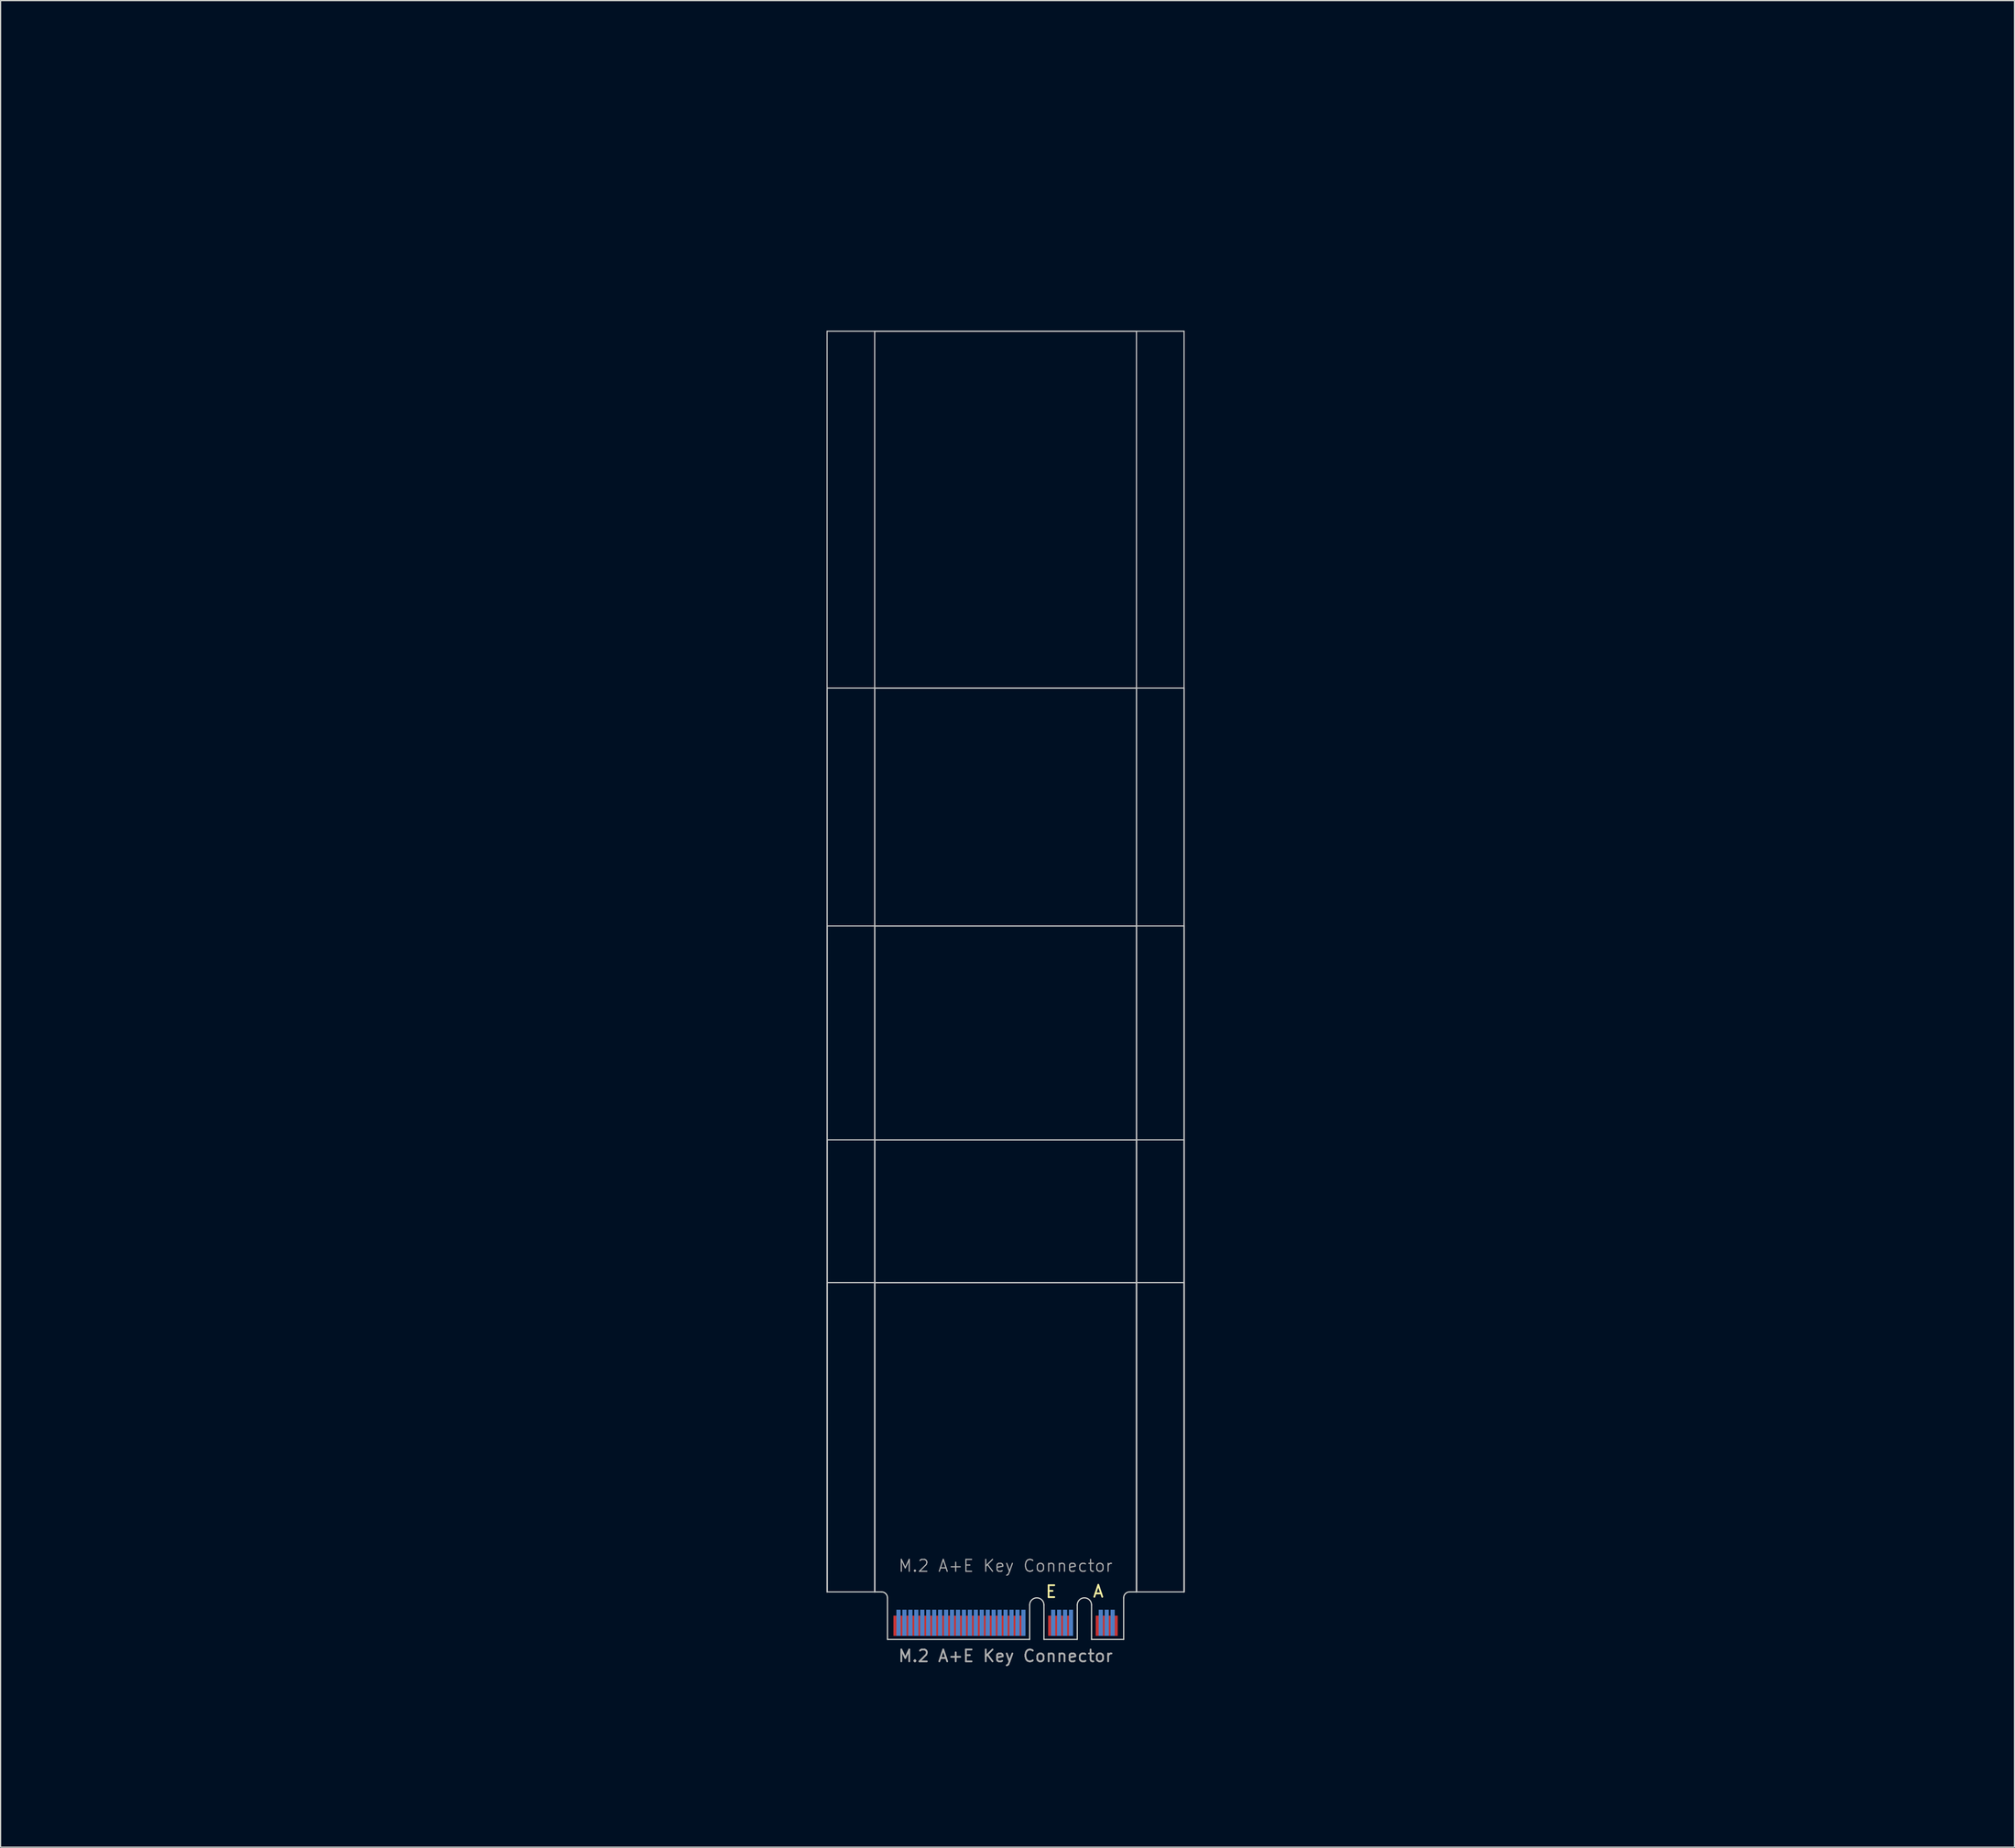
<source format=kicad_pcb>
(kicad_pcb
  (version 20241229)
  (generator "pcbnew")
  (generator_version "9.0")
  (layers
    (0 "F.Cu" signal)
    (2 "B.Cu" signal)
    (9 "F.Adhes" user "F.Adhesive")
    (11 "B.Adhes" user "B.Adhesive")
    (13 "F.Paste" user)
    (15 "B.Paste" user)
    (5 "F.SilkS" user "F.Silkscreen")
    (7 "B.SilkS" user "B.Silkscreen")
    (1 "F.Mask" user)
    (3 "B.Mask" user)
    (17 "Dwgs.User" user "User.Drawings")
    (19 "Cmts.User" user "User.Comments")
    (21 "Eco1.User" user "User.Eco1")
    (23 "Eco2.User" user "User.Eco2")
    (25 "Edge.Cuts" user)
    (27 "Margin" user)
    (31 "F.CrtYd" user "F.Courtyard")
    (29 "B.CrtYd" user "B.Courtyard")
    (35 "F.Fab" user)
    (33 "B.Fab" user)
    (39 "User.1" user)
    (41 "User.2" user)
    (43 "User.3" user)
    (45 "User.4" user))
  (footprint "M.2 A+E Key Connector"
    (layer "F.Cu")
    (at 81.459 133.687)
    (property "Reference" "M.2 A+E Key Connector" (at 0 -5.08 0) (unlocked yes) (layer "F.Fab") (effects (font (size 1 1) (thickness 0.1))))
    (attr exclude_from_pos_files exclude_from_bom)
    (fp_rect (start -9.925 -0.94) (end 9.925 1.11) (stroke (width 0) (type default)) (fill yes) (layer "F.Mask"))
    (fp_rect (start -9.925 -1.44) (end 9.925 1.11) (stroke (width 0) (type default)) (fill yes) (layer "B.Mask"))
    (fp_line (start -15 -108.89) (end 15 -108.89) (stroke (width 0.1) (type default)) (layer "Dwgs.User"))
    (fp_line (start -15 -78.89) (end 15 -78.89) (stroke (width 0.1) (type default)) (layer "Dwgs.User"))
    (fp_line (start -15 -58.89) (end 15 -58.89) (stroke (width 0.1) (type default)) (layer "Dwgs.User"))
    (fp_line (start -15 -40.89) (end 15 -40.89) (stroke (width 0.1) (type default)) (layer "Dwgs.User"))
    (fp_line (start -15 -28.89) (end 15 -28.89) (stroke (width 0.1) (type default)) (layer "Dwgs.User"))
    (fp_line (start -15 -2.89) (end -15 -108.89) (stroke (width 0.1) (type default)) (layer "Dwgs.User"))
    (fp_line (start -15 -2.89) (end -15 -78.89) (stroke (width 0.1) (type default)) (layer "Dwgs.User"))
    (fp_line (start -15 -2.89) (end -15 -58.89) (stroke (width 0.1) (type default)) (layer "Dwgs.User"))
    (fp_line (start -15 -2.89) (end -15 -40.89) (stroke (width 0.1) (type default)) (layer "Dwgs.User"))
    (fp_line (start -15 -2.89) (end -15 -28.89) (stroke (width 0.1) (type default)) (layer "Dwgs.User"))
    (fp_line (start -11 -108.89) (end 11 -108.89) (stroke (width 0.1) (type default)) (layer "Dwgs.User"))
    (fp_line (start -11 -78.89) (end 11 -78.89) (stroke (width 0.1) (type default)) (layer "Dwgs.User"))
    (fp_line (start -11 -58.89) (end 11 -58.89) (stroke (width 0.1) (type default)) (layer "Dwgs.User"))
    (fp_line (start -11 -40.89) (end 11 -40.89) (stroke (width 0.1) (type default)) (layer "Dwgs.User"))
    (fp_line (start -11 -28.89) (end 11 -28.89) (stroke (width 0.1) (type default)) (layer "Dwgs.User"))
    (fp_line (start -11 -2.89) (end -15 -2.89) (stroke (width 0.1) (type default)) (layer "Dwgs.User"))
    (fp_line (start -11 -2.89) (end -11 -108.89) (stroke (width 0.1) (type default)) (layer "Dwgs.User"))
    (fp_line (start -11 -2.89) (end -11 -78.89) (stroke (width 0.1) (type default)) (layer "Dwgs.User"))
    (fp_line (start -11 -2.89) (end -11 -58.89) (stroke (width 0.1) (type default)) (layer "Dwgs.User"))
    (fp_line (start -11 -2.89) (end -11 -40.89) (stroke (width 0.1) (type default)) (layer "Dwgs.User"))
    (fp_line (start -11 -2.89) (end -11 -28.89) (stroke (width 0.1) (type default)) (layer "Dwgs.User"))
    (fp_line (start 11 -108.89) (end 11 -2.89) (stroke (width 0.1) (type default)) (layer "Dwgs.User"))
    (fp_line (start 11 -78.89) (end 11 -2.89) (stroke (width 0.1) (type default)) (layer "Dwgs.User"))
    (fp_line (start 11 -58.89) (end 11 -2.89) (stroke (width 0.1) (type default)) (layer "Dwgs.User"))
    (fp_line (start 11 -40.89) (end 11 -2.89) (stroke (width 0.1) (type default)) (layer "Dwgs.User"))
    (fp_line (start 11 -28.89) (end 11 -2.89) (stroke (width 0.1) (type default)) (layer "Dwgs.User"))
    (fp_line (start 11 -2.89) (end 15 -2.89) (stroke (width 0.1) (type default)) (layer "Dwgs.User"))
    (fp_line (start 15 -108.89) (end 15 -2.89) (stroke (width 0.1) (type default)) (layer "Dwgs.User"))
    (fp_line (start 15 -78.89) (end 15 -2.89) (stroke (width 0.1) (type default)) (layer "Dwgs.User"))
    (fp_line (start 15 -40.89) (end 15 -2.89) (stroke (width 0.1) (type default)) (layer "Dwgs.User"))
    (fp_line (start 15 -28.89) (end 15 -2.89) (stroke (width 0.1) (type default)) (layer "Dwgs.User"))
    (fp_line (start 15 -2.89) (end 15 -58.89) (stroke (width 0.1) (type default)) (layer "Dwgs.User"))
    (fp_line (start -11 -2.89) (end -10.425 -2.89) (stroke (width 0.1) (type default)) (layer "Edge.Cuts"))
    (fp_line (start -9.925 -2.39) (end -9.925 1.11) (stroke (width 0.1) (type default)) (layer "Edge.Cuts"))
    (fp_line (start 2.025 -1.79) (end 2.025 1.11) (stroke (width 0.1) (type default)) (layer "Edge.Cuts"))
    (fp_line (start 2.025 1.11) (end -9.925 1.11) (stroke (width 0.1) (type default)) (layer "Edge.Cuts"))
    (fp_line (start 3.225 -1.79) (end 3.225 1.11) (stroke (width 0.1) (type default)) (layer "Edge.Cuts"))
    (fp_line (start 3.225 1.11) (end 6.025 1.11) (stroke (width 0.1) (type default)) (layer "Edge.Cuts"))
    (fp_line (start 6.025 -1.79) (end 6.025 1.11) (stroke (width 0.1) (type default)) (layer "Edge.Cuts"))
    (fp_line (start 7.225 -1.79) (end 7.225 1.11) (stroke (width 0.1) (type default)) (layer "Edge.Cuts"))
    (fp_line (start 7.225 1.11) (end 9.925 1.11) (stroke (width 0.1) (type default)) (layer "Edge.Cuts"))
    (fp_line (start 9.925 -2.39) (end 9.925 1.11) (stroke (width 0.1) (type default)) (layer "Edge.Cuts"))
    (fp_line (start 10.425 -2.89) (end 11 -2.89) (stroke (width 0.1) (type default)) (layer "Edge.Cuts"))
    (fp_arc (start -10.425 -2.89) (mid -10.071447 -2.743553) (end -9.925 -2.39) (stroke (width 0.1) (type default)) (layer "Edge.Cuts"))
    (fp_arc (start 2.025 -1.79) (mid 2.625 -2.39) (end 3.225 -1.79) (stroke (width 0.1) (type default)) (layer "Edge.Cuts"))
    (fp_arc (start 6.025 -1.79) (mid 6.625 -2.39) (end 7.225 -1.79) (stroke (width 0.1) (type default)) (layer "Edge.Cuts"))
    (fp_arc (start 9.925 -2.39) (mid 10.071447 -2.743553) (end 10.425 -2.89) (stroke (width 0.1) (type default)) (layer "Edge.Cuts"))
    (fp_line (start -0.71 -109.6) (end 0.71 -108.18) (stroke (width 0.15) (type default)) (layer "User.3"))
    (fp_line (start -0.71 -79.6) (end 0.71 -78.18) (stroke (width 0.15) (type default)) (layer "User.3"))
    (fp_line (start -0.71 -59.6) (end 0.71 -58.18) (stroke (width 0.15) (type default)) (layer "User.3"))
    (fp_line (start -0.71 -41.6) (end 0.71 -40.18) (stroke (width 0.15) (type default)) (layer "User.3"))
    (fp_line (start -0.71 -29.6) (end 0.71 -28.18) (stroke (width 0.15) (type default)) (layer "User.3"))
    (fp_line (start 0.71 -109.6) (end -0.71 -108.18) (stroke (width 0.15) (type default)) (layer "User.3"))
    (fp_line (start 0.71 -79.6) (end -0.71 -78.18) (stroke (width 0.15) (type default)) (layer "User.3"))
    (fp_line (start 0.71 -59.6) (end -0.71 -58.18) (stroke (width 0.15) (type default)) (layer "User.3"))
    (fp_line (start 0.71 -41.6) (end -0.71 -40.18) (stroke (width 0.15) (type default)) (layer "User.3"))
    (fp_line (start 0.71 -29.6) (end -0.71 -28.18) (stroke (width 0.15) (type default)) (layer "User.3"))
    (fp_rect (start -15 -108.89) (end 15 -105.09) (stroke (width 0.1) (type default)) (fill no) (layer "User.4"))
    (fp_rect (start -15 -78.89) (end 15 -75.09) (stroke (width 0.1) (type default)) (fill no) (layer "User.4"))
    (fp_rect (start -15 -58.89) (end 15 -55.09) (stroke (width 0.1) (type default)) (fill no) (layer "User.4"))
    (fp_rect (start -15 -40.89) (end 15 -37.09) (stroke (width 0.1) (type default)) (fill no) (layer "User.4"))
    (fp_rect (start -15 -28.89) (end 15 -25.09) (stroke (width 0.1) (type default)) (fill no) (layer "User.4"))
    (fp_text user "A" (at 7.265 -2.345 0) (unlocked yes) (layer "F.SilkS") (effects (font (size 1 1) (thickness 0.15)) (justify left bottom)))
    (fp_text user "E" (at 3.28 -2.32 0) (unlocked yes) (layer "F.SilkS") (effects (font (size 1 1) (thickness 0.15)) (justify left bottom)))
    (fp_text user "${REFERENCE}" (at 0 2.5 0) (unlocked yes) (layer "F.Fab") (effects (font (size 1 1) (thickness 0.15))))
    (fp_text user "22, 30mm width and 30, 42, 60, 80, 110mm length shown in Blue (User.2 Layer)" (at 0.02 14.055 0) (unlocked yes) (layer "User.2") (effects (font (size 2 2) (thickness 0.2))))
    (fp_text user "Place grounded \"M.2 Mounting Pad\" footprint from library on Teal (User.3 Layer) X's" (at -0.13 9.4 0) (unlocked yes) (layer "User.3") (effects (font (size 2 2) (thickness 0.2))))
    (fp_text user "Yellow areas (User.4 Layer) reserverd for RF recepticals or for components when no RF recepticals used." (at 0.165 4.83 0) (unlocked yes) (layer "User.4") (effects (font (size 2 2) (thickness 0.2))))
    (dimension (type orthogonal) (layer "User.2") (pts (xy 91.384 134.797) (xy 91.384 92.797)) (height 32.695) (orientation 1) (format (prefix "") (suffix "") (units 3) (units_format 0) (precision 4) (suppress_zeroes yes)) (style (thickness 0.1) (arrow_length 1.27) (text_position_mode 0) (arrow_direction outward) (extension_height 0.586) (extension_offset 0.5) (keep_text_aligned yes)) (gr_text "42" (at 120.779 113.797 90) (layer "User.2") (effects (font (size 3 3) (thickness 0.3)))))
    (dimension (type orthogonal) (layer "User.2") (pts (xy 91.384 134.797) (xy 91.384 24.797)) (height 69.74) (orientation 1) (format (prefix "") (suffix "") (units 3) (units_format 0) (precision 4) (suppress_zeroes yes)) (style (thickness 0.1) (arrow_length 1.27) (text_position_mode 0) (arrow_direction outward) (extension_height 0.586) (extension_offset 0.5) (keep_text_aligned yes)) (gr_text "110" (at 157.824 79.797 90) (layer "User.2") (effects (font (size 3 3) (thickness 0.3)))))
    (dimension (type orthogonal) (layer "User.2") (pts (xy 70.459 24.797) (xy 92.459 24.797)) (height -12.48) (orientation 0) (format (prefix "") (suffix "") (units 3) (units_format 0) (precision 4) (suppress_zeroes yes)) (style (thickness 0.1) (arrow_length 1.27) (text_position_mode 0) (arrow_direction outward) (extension_height 0.586) (extension_offset 0.5) (keep_text_aligned yes)) (gr_text "22" (at 81.459 8.917 0) (layer "User.2") (effects (font (size 3 3) (thickness 0.4)))))
    (dimension (type orthogonal) (layer "User.2") (pts (xy 91.384 134.797) (xy 91.384 74.797)) (height 45.245) (orientation 1) (format (prefix "") (suffix "") (units 3) (units_format 0) (precision 4) (suppress_zeroes yes)) (style (thickness 0.1) (arrow_length 1.27) (text_position_mode 0) (arrow_direction outward) (extension_height 0.586) (extension_offset 0.5) (keep_text_aligned yes)) (gr_text "60" (at 133.329 104.797 90) (layer "User.2") (effects (font (size 3 3) (thickness 0.3)))))
    (dimension (type orthogonal) (layer "User.2") (pts (xy 66.459 23.687) (xy 96.459 23.687)) (height -17.83) (orientation 0) (format (prefix "") (suffix "") (units 3) (units_format 0) (precision 4) (suppress_zeroes yes)) (style (thickness 0.1) (arrow_length 1.27) (text_position_mode 0) (arrow_direction outward) (extension_height 0.586) (extension_offset 0.5) (keep_text_aligned yes)) (gr_text "30" (at 81.459 2.457 0) (layer "User.2") (effects (font (size 3 3) (thickness 0.4)))))
    (dimension (type orthogonal) (layer "User.2") (pts (xy 91.384 134.797) (xy 91.384 104.797)) (height 20.795) (orientation 1) (format (prefix "") (suffix "") (units 3) (units_format 0) (precision 4) (suppress_zeroes yes)) (style (thickness 0.1) (arrow_length 1.27) (text_position_mode 0) (arrow_direction outward) (extension_height 0.586) (extension_offset 0.5) (keep_text_aligned yes)) (gr_text "30" (at 108.879 119.797 90) (layer "User.2") (effects (font (size 3 3) (thickness 0.3)))))
    (dimension (type orthogonal) (layer "User.2") (pts (xy 91.369 134.797) (xy 91.369 54.797)) (height 58.985) (orientation 1) (format (prefix "") (suffix "") (units 3) (units_format 0) (precision 4) (suppress_zeroes yes)) (style (thickness 0.1) (arrow_length 1.27) (text_position_mode 0) (arrow_direction outward) (extension_height 0.586) (extension_offset 0.5) (keep_text_aligned yes)) (gr_text "80" (at 147.054 94.797 90) (layer "User.2") (effects (font (size 3 3) (thickness 0.3)))))
    (pad "1" smd rect (at 9.25 -0.04 180) (size 0.35 1.7) (layers "F.Cu"))
    (pad "2" smd rect (at 9 -0.29 180) (size 0.35 2.2) (layers "B.Cu"))
    (pad "3" smd rect (at 8.75 -0.04 180) (size 0.35 1.7) (layers "F.Cu"))
    (pad "4" smd rect (at 8.5 -0.29 180) (size 0.35 2.2) (layers "B.Cu"))
    (pad "5" smd rect (at 8.25 -0.04 180) (size 0.35 1.7) (layers "F.Cu"))
    (pad "6" smd rect (at 8 -0.29 180) (size 0.35 2.2) (layers "B.Cu"))
    (pad "7" smd rect (at 7.75 -0.04 180) (size 0.35 1.7) (layers "F.Cu"))
    (pad "16" smd rect (at 5.5 -0.29 180) (size 0.35 2.2) (layers "B.Cu"))
    (pad "17" smd rect (at 5.25 -0.04 180) (size 0.35 1.7) (layers "F.Cu"))
    (pad "18" smd rect (at 5 -0.29 180) (size 0.35 2.2) (layers "B.Cu"))
    (pad "19" smd rect (at 4.75 -0.04 180) (size 0.35 1.7) (layers "F.Cu"))
    (pad "20" smd rect (at 4.5 -0.29 180) (size 0.35 2.2) (layers "B.Cu"))
    (pad "21" smd rect (at 4.25 -0.04 180) (size 0.35 1.7) (layers "F.Cu"))
    (pad "22" smd rect (at 4 -0.29 180) (size 0.35 2.2) (layers "B.Cu"))
    (pad "23" smd rect (at 3.75 -0.04 180) (size 0.35 1.7) (layers "F.Cu"))
    (pad "32" smd rect (at 1.5 -0.29 180) (size 0.35 2.2) (layers "B.Cu"))
    (pad "33" smd rect (at 1.25 -0.04 180) (size 0.35 1.7) (layers "F.Cu"))
    (pad "34" smd rect (at 1 -0.29 180) (size 0.35 2.2) (layers "B.Cu"))
    (pad "35" smd rect (at 0.75 -0.04 180) (size 0.35 1.7) (layers "F.Cu"))
    (pad "36" smd rect (at 0.5 -0.29 180) (size 0.35 2.2) (layers "B.Cu"))
    (pad "37" smd rect (at 0.25 -0.04 180) (size 0.35 1.7) (layers "F.Cu"))
    (pad "38" smd rect (at 0 -0.29 180) (size 0.35 2.2) (layers "B.Cu"))
    (pad "39" smd rect (at -0.25 -0.04 180) (size 0.35 1.7) (layers "F.Cu"))
    (pad "40" smd rect (at -0.5 -0.29 180) (size 0.35 2.2) (layers "B.Cu"))
    (pad "41" smd rect (at -0.75 -0.04 180) (size 0.35 1.7) (layers "F.Cu"))
    (pad "42" smd rect (at -1 -0.29 180) (size 0.35 2.2) (layers "B.Cu"))
    (pad "43" smd rect (at -1.25 -0.04 180) (size 0.35 1.7) (layers "F.Cu"))
    (pad "44" smd rect (at -1.5 -0.29 180) (size 0.35 2.2) (layers "B.Cu"))
    (pad "45" smd rect (at -1.75 -0.04 180) (size 0.35 1.7) (layers "F.Cu"))
    (pad "46" smd rect (at -2 -0.29 180) (size 0.35 2.2) (layers "B.Cu"))
    (pad "47" smd rect (at -2.25 -0.04 180) (size 0.35 1.7) (layers "F.Cu"))
    (pad "48" smd rect (at -2.5 -0.29 180) (size 0.35 2.2) (layers "B.Cu"))
    (pad "49" smd rect (at -2.75 -0.04 180) (size 0.35 1.7) (layers "F.Cu"))
    (pad "50" smd rect (at -3 -0.29 180) (size 0.35 2.2) (layers "B.Cu"))
    (pad "51" smd rect (at -3.25 -0.04 180) (size 0.35 1.7) (layers "F.Cu"))
    (pad "52" smd rect (at -3.5 -0.29 180) (size 0.35 2.2) (layers "B.Cu"))
    (pad "53" smd rect (at -3.75 -0.04 180) (size 0.35 1.7) (layers "F.Cu"))
    (pad "54" smd rect (at -4 -0.29 180) (size 0.35 2.2) (layers "B.Cu"))
    (pad "55" smd rect (at -4.25 -0.04 180) (size 0.35 1.7) (layers "F.Cu"))
    (pad "56" smd rect (at -4.5 -0.29 180) (size 0.35 2.2) (layers "B.Cu"))
    (pad "57" smd rect (at -4.75 -0.04 180) (size 0.35 1.7) (layers "F.Cu"))
    (pad "58" smd rect (at -5 -0.29 180) (size 0.35 2.2) (layers "B.Cu"))
    (pad "59" smd rect (at -5.25 -0.04 180) (size 0.35 1.7) (layers "F.Cu"))
    (pad "60" smd rect (at -5.5 -0.29 180) (size 0.35 2.2) (layers "B.Cu"))
    (pad "61" smd rect (at -5.75 -0.04 180) (size 0.35 1.7) (layers "F.Cu"))
    (pad "62" smd rect (at -6 -0.29 180) (size 0.35 2.2) (layers "B.Cu"))
    (pad "63" smd rect (at -6.25 -0.04 180) (size 0.35 1.7) (layers "F.Cu"))
    (pad "64" smd rect (at -6.5 -0.29 180) (size 0.35 2.2) (layers "B.Cu"))
    (pad "65" smd rect (at -6.75 -0.04 180) (size 0.35 1.7) (layers "F.Cu"))
    (pad "66" smd rect (at -7 -0.29 180) (size 0.35 2.2) (layers "B.Cu"))
    (pad "67" smd rect (at -7.25 -0.04 180) (size 0.35 1.7) (layers "F.Cu"))
    (pad "68" smd rect (at -7.5 -0.29 180) (size 0.35 2.2) (layers "B.Cu"))
    (pad "69" smd rect (at -7.75 -0.04 180) (size 0.35 1.7) (layers "F.Cu"))
    (pad "70" smd rect (at -8 -0.29 180) (size 0.35 2.2) (layers "B.Cu"))
    (pad "71" smd rect (at -8.25 -0.04 180) (size 0.35 1.7) (layers "F.Cu"))
    (pad "72" smd rect (at -8.5 -0.29 180) (size 0.35 2.2) (layers "B.Cu"))
    (pad "73" smd rect (at -8.75 -0.04 180) (size 0.35 1.7) (layers "F.Cu"))
    (pad "74" smd rect (at -9 -0.29 180) (size 0.35 2.2) (layers "B.Cu"))
    (pad "75" smd rect (at -9.25 -0.04 180) (size 0.35 1.7) (layers "F.Cu"))
    (zone (net_name "") (layer "F.Cu") (name "Front Component Keepout") (hatch edge 0.5) (connect_pads) (min_thickness 0.25) (filled_areas_thickness no) (keepout (tracks allowed) (vias allowed) (pads not_allowed) (copperpour allowed) (footprints not_allowed)) (placement (enabled no)) (fill) (polygon (pts (xy 92.459 130.797) (xy 92.459 134.797) (xy 70.459 134.797) (xy 70.459 130.797))))
    (zone (net_name "") (layer "B.Cu") (name "Rear Component Keepout") (hatch full 0.5) (connect_pads) (min_thickness 0.25) (filled_areas_thickness no) (keepout (tracks allowed) (vias allowed) (pads not_allowed) (copperpour allowed) (footprints not_allowed)) (placement (enabled no)) (fill) (polygon (pts (xy 96.459 134.797) (xy 96.459 129.597) (xy 66.459 129.597) (xy 66.459 134.797)))))
  (gr_rect
    (start -3 -3)
    (end 166.248 152.263)
    (stroke (width 0.1) (type default))
    (fill no)
    (layer "Edge.Cuts")))
</source>
